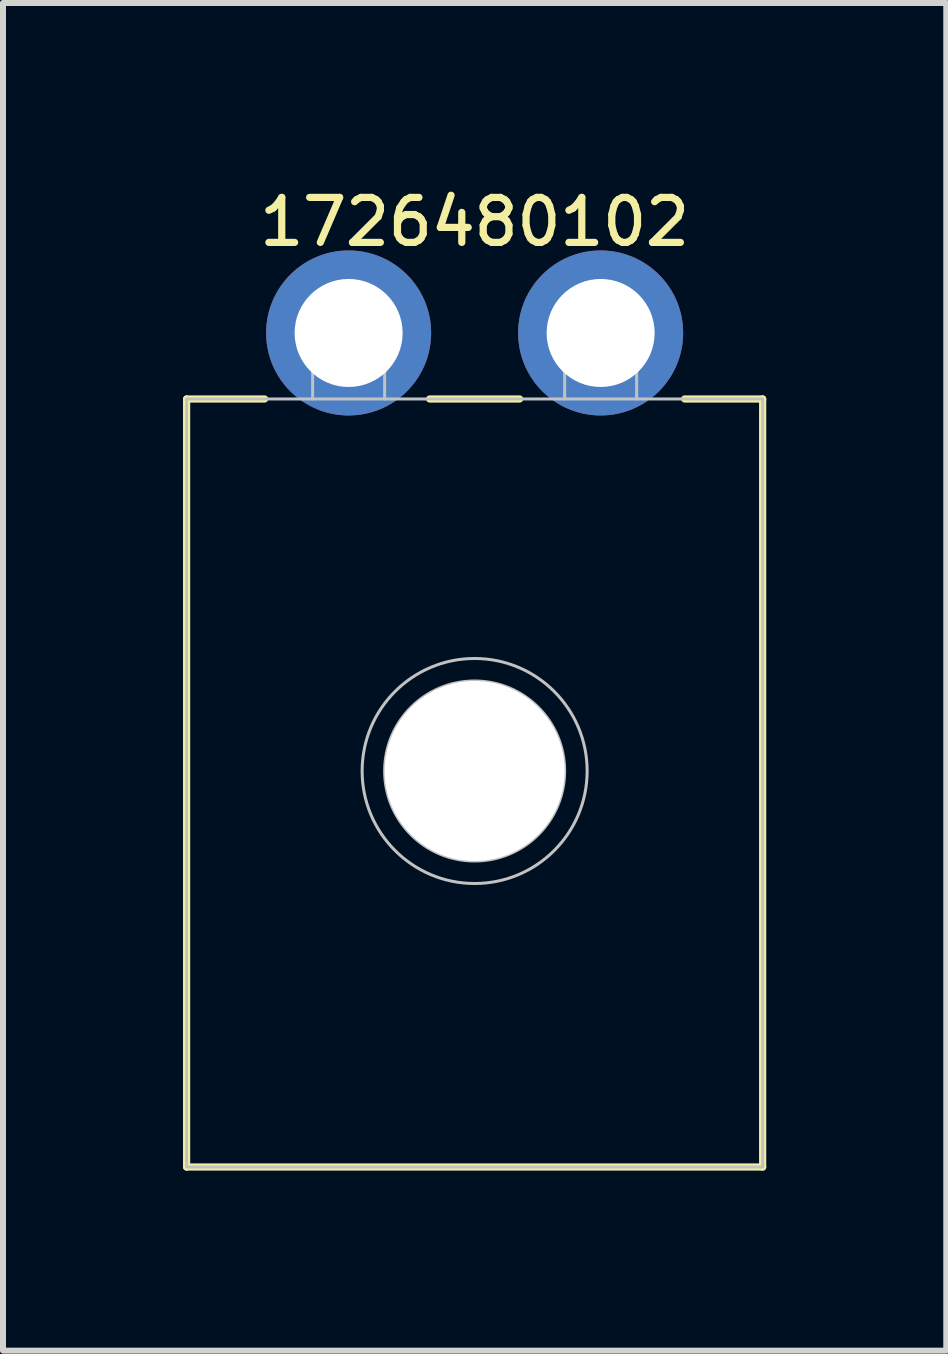
<source format=kicad_pcb>
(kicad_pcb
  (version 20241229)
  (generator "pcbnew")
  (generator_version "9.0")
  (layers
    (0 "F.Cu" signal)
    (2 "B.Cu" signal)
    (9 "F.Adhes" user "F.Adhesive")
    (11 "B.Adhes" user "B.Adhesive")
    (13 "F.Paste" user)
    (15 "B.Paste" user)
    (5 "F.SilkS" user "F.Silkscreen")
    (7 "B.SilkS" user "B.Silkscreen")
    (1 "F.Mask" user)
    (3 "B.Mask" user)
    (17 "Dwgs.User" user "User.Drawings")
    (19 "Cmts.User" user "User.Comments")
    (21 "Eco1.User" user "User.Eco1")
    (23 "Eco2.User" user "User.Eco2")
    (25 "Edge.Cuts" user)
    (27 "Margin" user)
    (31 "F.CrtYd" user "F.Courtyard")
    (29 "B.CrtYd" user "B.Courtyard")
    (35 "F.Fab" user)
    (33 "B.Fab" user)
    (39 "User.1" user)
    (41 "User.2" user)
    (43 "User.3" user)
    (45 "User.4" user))
  (footprint "1726480102"
    (layer "F.Cu")
    (at 4.86 6.149)
    (property "Reference" "1726480102" (at 0 -5.5 0) (unlocked yes) (layer "F.SilkS") (effects (font (size 0.75 0.75) (thickness 0.12))))
    (attr through_hole)
    (fp_line (start -4.8 -2.55) (end -4.8 10.25) (stroke (width 0.12) (type default)) (layer "F.SilkS"))
    (fp_line (start -4.8 10.25) (end 4.8 10.25) (stroke (width 0.12) (type default)) (layer "F.SilkS"))
    (fp_line (start -3.5 -2.55) (end -4.8 -2.55) (stroke (width 0.12) (type default)) (layer "F.SilkS"))
    (fp_line (start -0.75 -2.55) (end 0.75 -2.55) (stroke (width 0.12) (type default)) (layer "F.SilkS"))
    (fp_line (start 4.8 -2.55) (end 3.5 -2.55) (stroke (width 0.12) (type default)) (layer "F.SilkS"))
    (fp_line (start 4.8 10.25) (end 4.8 -2.55) (stroke (width 0.12) (type default)) (layer "F.SilkS"))
    (fp_line (start -2.7 -3.05) (end -2.7 -2.55) (stroke (width 0.05) (type default)) (layer "Dwgs.User"))
    (fp_line (start -1.5 -3.05) (end -1.5 -2.55) (stroke (width 0.05) (type default)) (layer "Dwgs.User"))
    (fp_line (start 1.5 -3.05) (end 1.5 -2.55) (stroke (width 0.05) (type default)) (layer "Dwgs.User"))
    (fp_line (start 2.7 -3.05) (end 2.7 -2.55) (stroke (width 0.05) (type default)) (layer "Dwgs.User"))
    (fp_rect (start -4.8 -2.55) (end 4.8 10.25) (stroke (width 0.05) (type default)) (fill no) (layer "Dwgs.User"))
    (fp_rect (start -2.7 -4.25) (end -1.5 -3.05) (stroke (width 0.05) (type default)) (fill no) (layer "Dwgs.User"))
    (fp_rect (start 1.5 -4.25) (end 2.7 -3.05) (stroke (width 0.05) (type default)) (fill no) (layer "Dwgs.User"))
    (fp_circle (center 0 3.65) (end 1.5 3.65) (stroke (width 0.05) (type default)) (fill no) (layer "Dwgs.User"))
    (fp_circle (center 0 3.65) (end 1.875 3.65) (stroke (width 0.05) (type default)) (fill no) (layer "Dwgs.User"))
    (pad "" np_thru_hole circle (at 0 3.65) (size 3 3) (drill 3) (layers "*.Cu" "*.Mask"))
    (pad "1" thru_hole circle (at -2.1 -3.65) (size 2.75 2.75) (drill 1.8) (layers "*.Cu" "*.Mask"))
    (pad "2" thru_hole circle (at 2.1 -3.65) (size 2.75 2.75) (drill 1.8) (layers "*.Cu" "*.Mask")))
  (gr_rect
    (start -3 -3)
    (end 12.72 19.459)
    (stroke (width 0.1) (type default))
    (fill no)
    (layer "Edge.Cuts")))
</source>
